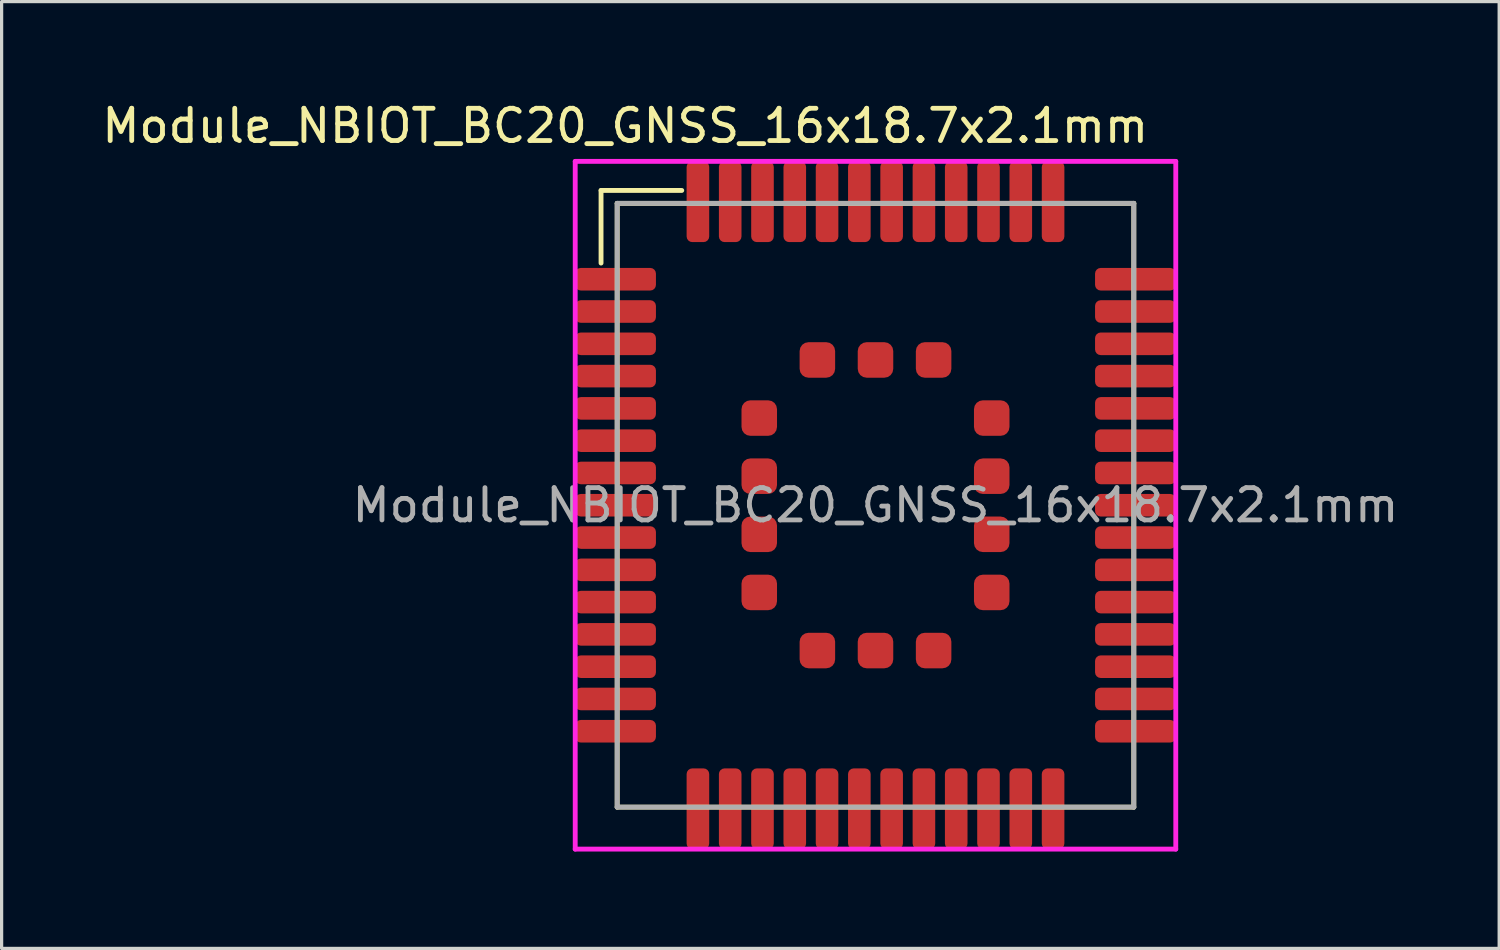
<source format=kicad_pcb>
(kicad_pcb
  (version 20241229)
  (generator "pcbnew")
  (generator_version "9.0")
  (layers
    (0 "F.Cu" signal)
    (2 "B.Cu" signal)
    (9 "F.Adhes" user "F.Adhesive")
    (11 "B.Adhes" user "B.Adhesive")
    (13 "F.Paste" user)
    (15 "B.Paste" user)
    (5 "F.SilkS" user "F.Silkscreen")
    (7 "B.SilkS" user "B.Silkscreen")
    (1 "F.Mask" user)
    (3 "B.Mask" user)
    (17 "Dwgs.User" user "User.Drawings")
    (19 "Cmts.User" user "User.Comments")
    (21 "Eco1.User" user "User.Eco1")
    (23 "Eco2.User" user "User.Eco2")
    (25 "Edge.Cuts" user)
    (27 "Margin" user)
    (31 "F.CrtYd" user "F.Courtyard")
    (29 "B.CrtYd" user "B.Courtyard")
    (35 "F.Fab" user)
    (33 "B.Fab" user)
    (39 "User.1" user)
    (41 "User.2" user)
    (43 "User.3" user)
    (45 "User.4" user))
  (footprint "Module_NBIOT_BC20_GNSS_16x18.7x2.1mm"
    (layer "F.Cu")
    (at 24.065 12.598)
    (property "Reference" "Module_NBIOT_BC20_GNSS_16x18.7x2.1mm" (at -7.75 -11.75 0) (layer "F.SilkS") (effects (font (size 1 1) (thickness 0.15))))
    (attr smd)
    (fp_line (start -8.5 -9.75) (end -6 -9.75) (stroke (width 0.15) (type solid)) (layer "F.SilkS"))
    (fp_line (start -8.5 -7.5) (end -8.5 -9.75) (stroke (width 0.15) (type solid)) (layer "F.SilkS"))
    (fp_line (start -8 -9.35) (end 8 -9.35) (stroke (width 0.15) (type solid)) (layer "F.SilkS"))
    (fp_line (start -8 9.35) (end -8 -9.35) (stroke (width 0.15) (type solid)) (layer "F.SilkS"))
    (fp_line (start 8 -9.35) (end 8 9.35) (stroke (width 0.15) (type solid)) (layer "F.SilkS"))
    (fp_line (start 8 9.35) (end -8 9.35) (stroke (width 0.15) (type solid)) (layer "F.SilkS"))
    (fp_line (start -9.3 -10.65) (end 9.3 -10.65) (stroke (width 0.15) (type solid)) (layer "F.CrtYd"))
    (fp_line (start -9.3 10.65) (end -9.3 -10.65) (stroke (width 0.15) (type solid)) (layer "F.CrtYd"))
    (fp_line (start 9.3 -10.65) (end 9.3 10.65) (stroke (width 0.15) (type solid)) (layer "F.CrtYd"))
    (fp_line (start 9.3 10.65) (end -9.3 10.65) (stroke (width 0.15) (type solid)) (layer "F.CrtYd"))
    (fp_line (start -8 -9.35) (end 8 -9.35) (stroke (width 0.15) (type solid)) (layer "F.Fab"))
    (fp_line (start -8 9.35) (end -8 -9.35) (stroke (width 0.15) (type solid)) (layer "F.Fab"))
    (fp_line (start 8 -9.35) (end 8 9.35) (stroke (width 0.15) (type solid)) (layer "F.Fab"))
    (fp_line (start 8 9.35) (end -8 9.35) (stroke (width 0.15) (type solid)) (layer "F.Fab"))
    (fp_text user "${REFERENCE}" (at 0 0 0) (layer "F.Fab") (effects (font (size 1 1) (thickness 0.15))))
    (pad "1" smd roundrect (at -8.05 -7) (size 2.5 0.7) (layers "F.Cu" "F.Mask" "F.Paste") (roundrect_rratio 0.25))
    (pad "2" smd roundrect (at -8.05 -6) (size 2.5 0.7) (layers "F.Cu" "F.Mask" "F.Paste") (roundrect_rratio 0.25))
    (pad "3" smd roundrect (at -8.05 -5) (size 2.5 0.7) (layers "F.Cu" "F.Mask" "F.Paste") (roundrect_rratio 0.25))
    (pad "4" smd roundrect (at -8.05 -4) (size 2.5 0.7) (layers "F.Cu" "F.Mask" "F.Paste") (roundrect_rratio 0.25))
    (pad "5" smd roundrect (at -8.05 -3) (size 2.5 0.7) (layers "F.Cu" "F.Mask" "F.Paste") (roundrect_rratio 0.25))
    (pad "6" smd roundrect (at -8.05 -2) (size 2.5 0.7) (layers "F.Cu" "F.Mask" "F.Paste") (roundrect_rratio 0.25))
    (pad "7" smd roundrect (at -8.05 -1) (size 2.5 0.7) (layers "F.Cu" "F.Mask" "F.Paste") (roundrect_rratio 0.25))
    (pad "8" smd roundrect (at -8.05 0) (size 2.5 0.7) (layers "F.Cu" "F.Mask" "F.Paste") (roundrect_rratio 0.25))
    (pad "9" smd roundrect (at -8.05 1) (size 2.5 0.7) (layers "F.Cu" "F.Mask" "F.Paste") (roundrect_rratio 0.25))
    (pad "10" smd roundrect (at -8.05 2) (size 2.5 0.7) (layers "F.Cu" "F.Mask" "F.Paste") (roundrect_rratio 0.25))
    (pad "11" smd roundrect (at -8.05 3) (size 2.5 0.7) (layers "F.Cu" "F.Mask" "F.Paste") (roundrect_rratio 0.25))
    (pad "12" smd roundrect (at -8.05 4) (size 2.5 0.7) (layers "F.Cu" "F.Mask" "F.Paste") (roundrect_rratio 0.25))
    (pad "13" smd roundrect (at -8.05 5) (size 2.5 0.7) (layers "F.Cu" "F.Mask" "F.Paste") (roundrect_rratio 0.25))
    (pad "14" smd roundrect (at -8.05 6) (size 2.5 0.7) (layers "F.Cu" "F.Mask" "F.Paste") (roundrect_rratio 0.25))
    (pad "15" smd roundrect (at -8.05 7) (size 2.5 0.7) (layers "F.Cu" "F.Mask" "F.Paste") (roundrect_rratio 0.25))
    (pad "16" smd roundrect (at -5.5 9.4 90) (size 2.5 0.7) (layers "F.Cu" "F.Mask" "F.Paste") (roundrect_rratio 0.25))
    (pad "17" smd roundrect (at -4.5 9.4 90) (size 2.5 0.7) (layers "F.Cu" "F.Mask" "F.Paste") (roundrect_rratio 0.25))
    (pad "18" smd roundrect (at -3.5 9.4 90) (size 2.5 0.7) (layers "F.Cu" "F.Mask" "F.Paste") (roundrect_rratio 0.25))
    (pad "19" smd roundrect (at -2.5 9.4 270) (size 2.5 0.7) (layers "F.Cu" "F.Mask" "F.Paste") (roundrect_rratio 0.25))
    (pad "20" smd roundrect (at -1.5 9.4 90) (size 2.5 0.7) (layers "F.Cu" "F.Mask" "F.Paste") (roundrect_rratio 0.25))
    (pad "21" smd roundrect (at -0.5 9.4 90) (size 2.5 0.7) (layers "F.Cu" "F.Mask" "F.Paste") (roundrect_rratio 0.25))
    (pad "22" smd roundrect (at 0.5 9.4 90) (size 2.5 0.7) (layers "F.Cu" "F.Mask" "F.Paste") (roundrect_rratio 0.25))
    (pad "23" smd roundrect (at 1.5 9.4 90) (size 2.5 0.7) (layers "F.Cu" "F.Mask" "F.Paste") (roundrect_rratio 0.25))
    (pad "24" smd roundrect (at 2.5 9.4 90) (size 2.5 0.7) (layers "F.Cu" "F.Mask" "F.Paste") (roundrect_rratio 0.25))
    (pad "25" smd roundrect (at 3.5 9.4 90) (size 2.5 0.7) (layers "F.Cu" "F.Mask" "F.Paste") (roundrect_rratio 0.25))
    (pad "26" smd roundrect (at 4.5 9.4 90) (size 2.5 0.7) (layers "F.Cu" "F.Mask" "F.Paste") (roundrect_rratio 0.25))
    (pad "27" smd roundrect (at 5.5 9.4 90) (size 2.5 0.7) (layers "F.Cu" "F.Mask" "F.Paste") (roundrect_rratio 0.25))
    (pad "28" smd roundrect (at 8.05 7) (size 2.5 0.7) (layers "F.Cu" "F.Mask" "F.Paste") (roundrect_rratio 0.25))
    (pad "29" smd roundrect (at 8.05 6) (size 2.5 0.7) (layers "F.Cu" "F.Mask" "F.Paste") (roundrect_rratio 0.25))
    (pad "30" smd roundrect (at 8.05 5) (size 2.5 0.7) (layers "F.Cu" "F.Mask" "F.Paste") (roundrect_rratio 0.25))
    (pad "31" smd roundrect (at 8.05 4) (size 2.5 0.7) (layers "F.Cu" "F.Mask" "F.Paste") (roundrect_rratio 0.25))
    (pad "32" smd roundrect (at 8.05 3) (size 2.5 0.7) (layers "F.Cu" "F.Mask" "F.Paste") (roundrect_rratio 0.25))
    (pad "33" smd roundrect (at 8.05 2) (size 2.5 0.7) (layers "F.Cu" "F.Mask" "F.Paste") (roundrect_rratio 0.25))
    (pad "34" smd roundrect (at 8.05 1) (size 2.5 0.7) (layers "F.Cu" "F.Mask" "F.Paste") (roundrect_rratio 0.25))
    (pad "35" smd roundrect (at 8.05 0) (size 2.5 0.7) (layers "F.Cu" "F.Mask" "F.Paste") (roundrect_rratio 0.25))
    (pad "36" smd roundrect (at 8.05 -1) (size 2.5 0.7) (layers "F.Cu" "F.Mask" "F.Paste") (roundrect_rratio 0.25))
    (pad "37" smd roundrect (at 8.05 -2) (size 2.5 0.7) (layers "F.Cu" "F.Mask" "F.Paste") (roundrect_rratio 0.25))
    (pad "38" smd roundrect (at 8.05 -3) (size 2.5 0.7) (layers "F.Cu" "F.Mask" "F.Paste") (roundrect_rratio 0.25))
    (pad "39" smd roundrect (at 8.05 -4) (size 2.5 0.7) (layers "F.Cu" "F.Mask" "F.Paste") (roundrect_rratio 0.25))
    (pad "40" smd roundrect (at 8.05 -5) (size 2.5 0.7) (layers "F.Cu" "F.Mask" "F.Paste") (roundrect_rratio 0.25))
    (pad "41" smd roundrect (at 8.05 -6) (size 2.5 0.7) (layers "F.Cu" "F.Mask" "F.Paste") (roundrect_rratio 0.25))
    (pad "42" smd roundrect (at 8.05 -7) (size 2.5 0.7) (layers "F.Cu" "F.Mask" "F.Paste") (roundrect_rratio 0.25))
    (pad "43" smd roundrect (at 5.5 -9.4 90) (size 2.5 0.7) (layers "F.Cu" "F.Mask" "F.Paste") (roundrect_rratio 0.25))
    (pad "44" smd roundrect (at 4.5 -9.4 270) (size 2.5 0.7) (layers "F.Cu" "F.Mask" "F.Paste") (roundrect_rratio 0.25))
    (pad "45" smd roundrect (at 3.5 -9.4 90) (size 2.5 0.7) (layers "F.Cu" "F.Mask" "F.Paste") (roundrect_rratio 0.25))
    (pad "46" smd roundrect (at 2.5 -9.4 90) (size 2.5 0.7) (layers "F.Cu" "F.Mask" "F.Paste") (roundrect_rratio 0.25))
    (pad "47" smd roundrect (at 1.5 -9.4 90) (size 2.5 0.7) (layers "F.Cu" "F.Mask" "F.Paste") (roundrect_rratio 0.25))
    (pad "48" smd roundrect (at 0.5 -9.4 90) (size 2.5 0.7) (layers "F.Cu" "F.Mask" "F.Paste") (roundrect_rratio 0.25))
    (pad "49" smd roundrect (at -0.5 -9.4 90) (size 2.5 0.7) (layers "F.Cu" "F.Mask" "F.Paste") (roundrect_rratio 0.25))
    (pad "50" smd roundrect (at -1.5 -9.4 90) (size 2.5 0.7) (layers "F.Cu" "F.Mask" "F.Paste") (roundrect_rratio 0.25))
    (pad "51" smd roundrect (at -2.5 -9.4 90) (size 2.5 0.7) (layers "F.Cu" "F.Mask" "F.Paste") (roundrect_rratio 0.25))
    (pad "52" smd roundrect (at -3.5 -9.4 90) (size 2.5 0.7) (layers "F.Cu" "F.Mask" "F.Paste") (roundrect_rratio 0.25))
    (pad "53" smd roundrect (at -4.5 -9.4 90) (size 2.5 0.7) (layers "F.Cu" "F.Mask" "F.Paste") (roundrect_rratio 0.25))
    (pad "54" smd roundrect (at -5.5 -9.4 90) (size 2.5 0.7) (layers "F.Cu" "F.Mask" "F.Paste") (roundrect_rratio 0.25))
    (pad "55" smd roundrect (at -3.6 -2.7 90) (size 1.1 1.1) (layers "F.Cu" "F.Mask" "F.Paste") (roundrect_rratio 0.25))
    (pad "56" smd roundrect (at -3.6 -0.9 90) (size 1.1 1.1) (layers "F.Cu" "F.Mask" "F.Paste") (roundrect_rratio 0.25))
    (pad "57" smd roundrect (at -3.6 0.9 90) (size 1.1 1.1) (layers "F.Cu" "F.Mask" "F.Paste") (roundrect_rratio 0.25))
    (pad "58" smd roundrect (at -3.6 2.7 90) (size 1.1 1.1) (layers "F.Cu" "F.Mask" "F.Paste") (roundrect_rratio 0.25))
    (pad "59" smd roundrect (at -1.8 4.5 90) (size 1.1 1.1) (layers "F.Cu" "F.Mask" "F.Paste") (roundrect_rratio 0.25))
    (pad "60" smd roundrect (at 0 4.5 90) (size 1.1 1.1) (layers "F.Cu" "F.Mask" "F.Paste") (roundrect_rratio 0.25))
    (pad "61" smd roundrect (at 1.8 4.5 90) (size 1.1 1.1) (layers "F.Cu" "F.Mask" "F.Paste") (roundrect_rratio 0.25))
    (pad "62" smd roundrect (at 3.6 2.7 90) (size 1.1 1.1) (layers "F.Cu" "F.Mask" "F.Paste") (roundrect_rratio 0.25))
    (pad "63" smd roundrect (at 3.6 0.9 90) (size 1.1 1.1) (layers "F.Cu" "F.Mask" "F.Paste") (roundrect_rratio 0.25))
    (pad "64" smd roundrect (at 3.6 -0.9 90) (size 1.1 1.1) (layers "F.Cu" "F.Mask" "F.Paste") (roundrect_rratio 0.25))
    (pad "65" smd roundrect (at 3.6 -2.7 90) (size 1.1 1.1) (layers "F.Cu" "F.Mask" "F.Paste") (roundrect_rratio 0.25))
    (pad "66" smd roundrect (at 1.8 -4.5 90) (size 1.1 1.1) (layers "F.Cu" "F.Mask" "F.Paste") (roundrect_rratio 0.25))
    (pad "67" smd roundrect (at 0 -4.5 90) (size 1.1 1.1) (layers "F.Cu" "F.Mask" "F.Paste") (roundrect_rratio 0.25))
    (pad "68" smd roundrect (at -1.8 -4.5 90) (size 1.1 1.1) (layers "F.Cu" "F.Mask" "F.Paste") (roundrect_rratio 0.25)))
  (gr_rect
    (start -3 -3)
    (end 43.381 26.323)
    (stroke (width 0.1) (type default))
    (fill no)
    (layer "Edge.Cuts")))
</source>
